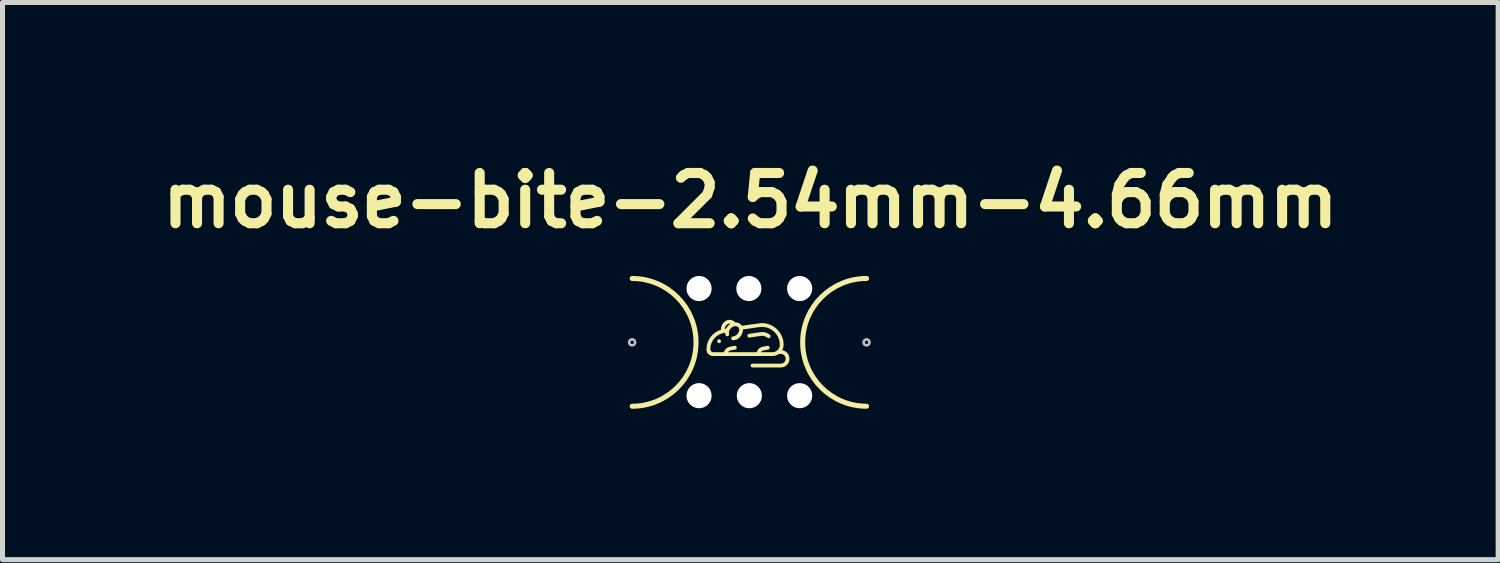
<source format=kicad_pcb>
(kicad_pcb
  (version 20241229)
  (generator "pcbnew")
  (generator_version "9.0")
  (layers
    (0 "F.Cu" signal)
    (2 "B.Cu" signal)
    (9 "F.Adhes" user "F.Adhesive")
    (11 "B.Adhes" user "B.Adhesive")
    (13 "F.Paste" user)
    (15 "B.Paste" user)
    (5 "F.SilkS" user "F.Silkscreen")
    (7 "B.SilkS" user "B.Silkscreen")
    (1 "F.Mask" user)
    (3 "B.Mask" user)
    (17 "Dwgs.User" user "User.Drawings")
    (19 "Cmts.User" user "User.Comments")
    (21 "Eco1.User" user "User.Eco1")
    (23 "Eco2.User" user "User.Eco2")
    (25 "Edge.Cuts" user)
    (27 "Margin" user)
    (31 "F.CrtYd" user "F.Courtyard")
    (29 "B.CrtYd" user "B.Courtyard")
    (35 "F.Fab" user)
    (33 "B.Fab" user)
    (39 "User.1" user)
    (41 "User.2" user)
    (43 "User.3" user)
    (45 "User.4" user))
  (footprint "mouse-bite-2.54mm-4.66mm"
    (layer "F.Cu")
    (at 11.847 3.756)
    (property "Reference" "mouse-bite-2.54mm-4.66mm" (at 0.02 -2.82 0) (layer "F.SilkS") (effects (font (size 1 1) (thickness 0.2))))
    (attr through_hole)
    (fp_arc (start -2.33 -1.27) (mid -1.06 0) (end -2.33 1.27) (stroke (width 0.1) (type solid)) (layer "F.SilkS"))
    (fp_arc (start 2.33 1.27) (mid 1.06 0) (end 2.33 -1.27) (stroke (width 0.1) (type solid)) (layer "F.SilkS"))
    (fp_poly (pts (xy -0.6 -0.06) (xy -0.598 -0.06) (xy -0.596 -0.06) (xy -0.594 -0.059) (xy -0.593 -0.059) (xy -0.591 -0.058) (xy -0.589 -0.058) (xy -0.587 -0.057) (xy -0.586 -0.056) (xy -0.584 -0.056) (xy -0.582 -0.055) (xy -0.581 -0.054) (xy -0.579 -0.053) (xy -0.578 -0.051) (xy -0.577 -0.05) (xy -0.575 -0.049) (xy -0.574 -0.048) (xy -0.573 -0.046) (xy -0.572 -0.045) (xy -0.571 -0.043) (xy -0.57 -0.042) (xy -0.569 -0.04) (xy -0.568 -0.039) (xy -0.567 -0.037) (xy -0.567 -0.035) (xy -0.566 -0.034) (xy -0.566 -0.032) (xy -0.565 -0.03) (xy -0.565 -0.028) (xy -0.565 -0.026) (xy -0.564 -0.024) (xy -0.564 -0.022) (xy -0.564 -0.021) (xy -0.565 -0.019) (xy -0.565 -0.017) (xy -0.565 -0.015) (xy -0.566 -0.013) (xy -0.566 -0.011) (xy -0.567 -0.01) (xy -0.567 -0.008) (xy -0.568 -0.006) (xy -0.569 -0.005) (xy -0.57 -0.003) (xy -0.571 -0.001) (xy -0.572 0.000034) (xy -0.573 0.001) (xy -0.574 0.003) (xy -0.575 0.004) (xy -0.577 0.005) (xy -0.578 0.007) (xy -0.579 0.008) (xy -0.581 0.009) (xy -0.582 0.01) (xy -0.584 0.011) (xy -0.586 0.011) (xy -0.587 0.012) (xy -0.589 0.013) (xy -0.591 0.013) (xy -0.593 0.014) (xy -0.594 0.014) (xy -0.596 0.015) (xy -0.598 0.015) (xy -0.6 0.015) (xy -0.602 0.015) (xy -0.604 0.015) (xy -0.606 0.015) (xy -0.608 0.015) (xy -0.61 0.014) (xy -0.611 0.014) (xy -0.613 0.013) (xy -0.615 0.013) (xy -0.617 0.012) (xy -0.618 0.011) (xy -0.62 0.011) (xy -0.621 0.01) (xy -0.623 0.009) (xy -0.624 0.008) (xy -0.626 0.007) (xy -0.627 0.005) (xy -0.629 0.004) (xy -0.63 0.003) (xy -0.631 0.001) (xy -0.632 0.000034) (xy -0.633 -0.001) (xy -0.634 -0.003) (xy -0.635 -0.005) (xy -0.636 -0.006) (xy -0.637 -0.008) (xy -0.637 -0.01) (xy -0.638 -0.011) (xy -0.638 -0.013) (xy -0.639 -0.015) (xy -0.639 -0.017) (xy -0.639 -0.019) (xy -0.639 -0.021) (xy -0.64 -0.022) (xy -0.639 -0.024) (xy -0.639 -0.026) (xy -0.639 -0.028) (xy -0.639 -0.03) (xy -0.638 -0.032) (xy -0.638 -0.034) (xy -0.637 -0.035) (xy -0.637 -0.037) (xy -0.636 -0.039) (xy -0.635 -0.04) (xy -0.634 -0.042) (xy -0.633 -0.043) (xy -0.632 -0.045) (xy -0.631 -0.046) (xy -0.63 -0.048) (xy -0.629 -0.049) (xy -0.627 -0.05) (xy -0.626 -0.051) (xy -0.624 -0.053) (xy -0.623 -0.054) (xy -0.621 -0.055) (xy -0.62 -0.056) (xy -0.618 -0.056) (xy -0.617 -0.057) (xy -0.615 -0.058) (xy -0.613 -0.058) (xy -0.611 -0.059) (xy -0.61 -0.059) (xy -0.608 -0.06) (xy -0.606 -0.06) (xy -0.604 -0.06) (xy -0.602 -0.06)) (stroke (width -0.000001) (type solid)) (fill yes) (layer "F.SilkS"))
    (fp_poly (pts (xy 0.258 -0.205) (xy 0.266 -0.205) (xy 0.273 -0.204) (xy 0.28 -0.204) (xy 0.286 -0.203) (xy 0.293 -0.202) (xy 0.3 -0.201) (xy 0.307 -0.199) (xy 0.313 -0.198) (xy 0.32 -0.196) (xy 0.326 -0.194) (xy 0.332 -0.192) (xy 0.337 -0.19) (xy 0.343 -0.188) (xy 0.348 -0.186) (xy 0.353 -0.184) (xy 0.358 -0.181) (xy 0.364 -0.179) (xy 0.369 -0.176) (xy 0.374 -0.173) (xy 0.379 -0.17) (xy 0.384 -0.167) (xy 0.388 -0.164) (xy 0.393 -0.161) (xy 0.398 -0.158) (xy 0.403 -0.154) (xy 0.407 -0.151) (xy 0.409 -0.15) (xy 0.41 -0.148) (xy 0.411 -0.147) (xy 0.413 -0.146) (xy 0.414 -0.144) (xy 0.415 -0.143) (xy 0.416 -0.141) (xy 0.417 -0.139) (xy 0.418 -0.138) (xy 0.418 -0.136) (xy 0.419 -0.134) (xy 0.42 -0.133) (xy 0.42 -0.131) (xy 0.421 -0.129) (xy 0.421 -0.128) (xy 0.421 -0.126) (xy 0.421 -0.124) (xy 0.421 -0.122) (xy 0.421 -0.12) (xy 0.421 -0.119) (xy 0.421 -0.117) (xy 0.421 -0.115) (xy 0.42 -0.113) (xy 0.42 -0.111) (xy 0.419 -0.11) (xy 0.419 -0.108) (xy 0.418 -0.106) (xy 0.417 -0.104) (xy 0.416 -0.103) (xy 0.415 -0.101) (xy 0.414 -0.1) (xy 0.413 -0.098) (xy 0.412 -0.096) (xy 0.41 -0.095) (xy 0.409 -0.093) (xy 0.407 -0.092) (xy 0.405 -0.091) (xy 0.404 -0.089) (xy 0.402 -0.088) (xy 0.4 -0.087) (xy 0.398 -0.087) (xy 0.396 -0.086) (xy 0.394 -0.085) (xy 0.392 -0.085) (xy 0.39 -0.084) (xy 0.388 -0.084) (xy 0.386 -0.084) (xy 0.384 -0.084) (xy 0.382 -0.084) (xy 0.38 -0.084) (xy 0.378 -0.084) (xy 0.376 -0.084) (xy 0.375 -0.085) (xy 0.373 -0.085) (xy 0.372 -0.085) (xy 0.37 -0.086) (xy 0.369 -0.086) (xy 0.368 -0.087) (xy 0.366 -0.088) (xy 0.365 -0.088) (xy 0.364 -0.089) (xy 0.363 -0.09) (xy 0.362 -0.091) (xy 0.36 -0.092) (xy 0.357 -0.094) (xy 0.354 -0.097) (xy 0.35 -0.099) (xy 0.347 -0.101) (xy 0.344 -0.104) (xy 0.34 -0.106) (xy 0.337 -0.108) (xy 0.333 -0.11) (xy 0.33 -0.111) (xy 0.326 -0.113) (xy 0.322 -0.115) (xy 0.319 -0.117) (xy 0.315 -0.118) (xy 0.311 -0.12) (xy 0.307 -0.121) (xy 0.303 -0.122) (xy 0.3 -0.123) (xy 0.297 -0.124) (xy 0.294 -0.125) (xy 0.291 -0.126) (xy 0.285 -0.127) (xy 0.279 -0.128) (xy 0.273 -0.129) (xy 0.266 -0.129) (xy 0.259 -0.13) (xy 0.253 -0.13) (xy 0.247 -0.13) (xy 0.242 -0.13) (xy 0.239 -0.129) (xy 0.236 -0.129) (xy 0.233 -0.129) (xy 0.231 -0.129) (xy 0.225 -0.128) (xy 0.004 -0.096) (xy 0.002 -0.096) (xy 0.00042 -0.095) (xy -0.001 -0.095) (xy -0.003 -0.095) (xy -0.005 -0.096) (xy -0.007 -0.096) (xy -0.009 -0.096) (xy -0.011 -0.097) (xy -0.012 -0.097) (xy -0.014 -0.098) (xy -0.016 -0.098) (xy -0.017 -0.099) (xy -0.019 -0.1) (xy -0.021 -0.101) (xy -0.022 -0.102) (xy -0.024 -0.103) (xy -0.025 -0.104) (xy -0.026 -0.105) (xy -0.028 -0.106) (xy -0.029 -0.108) (xy -0.03 -0.109) (xy -0.031 -0.111) (xy -0.032 -0.112) (xy -0.033 -0.114) (xy -0.034 -0.115) (xy -0.035 -0.117) (xy -0.036 -0.119) (xy -0.037 -0.12) (xy -0.037 -0.122) (xy -0.038 -0.124) (xy -0.038 -0.126) (xy -0.038 -0.128) (xy -0.039 -0.13) (xy -0.039 -0.131) (xy -0.039 -0.133) (xy -0.039 -0.135) (xy -0.039 -0.137) (xy -0.038 -0.139) (xy -0.038 -0.141) (xy -0.038 -0.143) (xy -0.037 -0.144) (xy -0.036 -0.146) (xy -0.036 -0.148) (xy -0.035 -0.149) (xy -0.034 -0.151) (xy -0.033 -0.153) (xy -0.032 -0.154) (xy -0.031 -0.156) (xy -0.03 -0.157) (xy -0.029 -0.158) (xy -0.028 -0.16) (xy -0.026 -0.161) (xy -0.025 -0.162) (xy -0.024 -0.163) (xy -0.022 -0.164) (xy -0.021 -0.165) (xy -0.019 -0.166) (xy -0.017 -0.167) (xy -0.016 -0.168) (xy -0.014 -0.168) (xy -0.012 -0.169) (xy -0.01 -0.17) (xy -0.008 -0.17) (xy -0.006 -0.17) (xy 0.215 -0.202) (xy 0.222 -0.203) (xy 0.23 -0.204) (xy 0.237 -0.205) (xy 0.244 -0.205) (xy 0.251 -0.205)) (stroke (width -0.000001) (type solid)) (fill yes) (layer "F.SilkS"))
    (fp_poly (pts (xy -0.38 -0.447) (xy -0.372 -0.446) (xy -0.365 -0.445) (xy -0.359 -0.444) (xy -0.353 -0.442) (xy -0.347 -0.44) (xy -0.341 -0.438) (xy -0.335 -0.435) (xy -0.329 -0.433) (xy -0.323 -0.43) (xy -0.318 -0.426) (xy -0.312 -0.423) (xy -0.307 -0.419) (xy -0.302 -0.415) (xy -0.297 -0.411) (xy -0.292 -0.407) (xy -0.287 -0.402) (xy -0.283 -0.397) (xy -0.276 -0.397) (xy -0.27 -0.397) (xy -0.264 -0.397) (xy -0.258 -0.396) (xy -0.252 -0.395) (xy -0.246 -0.394) (xy -0.24 -0.393) (xy -0.234 -0.392) (xy -0.228 -0.39) (xy -0.222 -0.388) (xy -0.217 -0.386) (xy -0.211 -0.383) (xy -0.206 -0.381) (xy -0.2 -0.378) (xy -0.195 -0.375) (xy -0.19 -0.372) (xy -0.187 -0.369) (xy -0.184 -0.367) (xy -0.181 -0.365) (xy -0.179 -0.363) (xy -0.176 -0.36) (xy -0.173 -0.358) (xy -0.17 -0.355) (xy -0.168 -0.353) (xy -0.165 -0.35) (xy -0.163 -0.347) (xy -0.161 -0.344) (xy -0.158 -0.342) (xy -0.156 -0.339) (xy -0.154 -0.336) (xy -0.152 -0.333) (xy -0.15 -0.33) (xy 0.191 -0.377) (xy 0.203 -0.379) (xy 0.215 -0.38) (xy 0.227 -0.381) (xy 0.239 -0.381) (xy 0.251 -0.382) (xy 0.263 -0.382) (xy 0.275 -0.381) (xy 0.287 -0.38) (xy 0.299 -0.379) (xy 0.311 -0.378) (xy 0.323 -0.376) (xy 0.335 -0.374) (xy 0.346 -0.371) (xy 0.358 -0.369) (xy 0.369 -0.366) (xy 0.38 -0.362) (xy 0.413 -0.35) (xy 0.444 -0.336) (xy 0.474 -0.319) (xy 0.502 -0.3) (xy 0.529 -0.279) (xy 0.554 -0.257) (xy 0.576 -0.232) (xy 0.597 -0.206) (xy 0.616 -0.178) (xy 0.632 -0.149) (xy 0.647 -0.119) (xy 0.658 -0.087) (xy 0.668 -0.055) (xy 0.675 -0.021) (xy 0.679 0.013) (xy 0.68 0.048) (xy 0.68 0.056) (xy 0.68 0.063) (xy 0.679 0.07) (xy 0.679 0.077) (xy 0.678 0.084) (xy 0.676 0.091) (xy 0.675 0.098) (xy 0.673 0.105) (xy 0.671 0.112) (xy 0.669 0.119) (xy 0.667 0.125) (xy 0.664 0.132) (xy 0.661 0.138) (xy 0.659 0.145) (xy 0.655 0.151) (xy 0.652 0.157) (xy 0.667 0.16) (xy 0.682 0.164) (xy 0.696 0.169) (xy 0.709 0.176) (xy 0.716 0.179) (xy 0.722 0.183) (xy 0.728 0.187) (xy 0.734 0.191) (xy 0.739 0.196) (xy 0.745 0.201) (xy 0.75 0.206) (xy 0.755 0.211) (xy 0.76 0.217) (xy 0.764 0.223) (xy 0.768 0.229) (xy 0.772 0.235) (xy 0.776 0.241) (xy 0.78 0.248) (xy 0.783 0.255) (xy 0.786 0.262) (xy 0.788 0.269) (xy 0.79 0.277) (xy 0.792 0.285) (xy 0.794 0.293) (xy 0.795 0.301) (xy 0.796 0.309) (xy 0.796 0.318) (xy 0.797 0.327) (xy 0.796 0.336) (xy 0.796 0.344) (xy 0.795 0.353) (xy 0.793 0.361) (xy 0.791 0.37) (xy 0.789 0.378) (xy 0.786 0.386) (xy 0.783 0.394) (xy 0.78 0.401) (xy 0.776 0.409) (xy 0.772 0.416) (xy 0.767 0.423) (xy 0.762 0.429) (xy 0.757 0.436) (xy 0.752 0.442) (xy 0.746 0.448) (xy 0.74 0.454) (xy 0.734 0.459) (xy 0.727 0.464) (xy 0.721 0.469) (xy 0.714 0.474) (xy 0.707 0.478) (xy 0.699 0.482) (xy 0.692 0.485) (xy 0.684 0.488) (xy 0.676 0.491) (xy 0.668 0.493) (xy 0.659 0.495) (xy 0.651 0.497) (xy 0.642 0.498) (xy 0.634 0.498) (xy 0.625 0.499) (xy 0.063 0.499) (xy 0.061 0.498) (xy 0.059 0.498) (xy 0.057 0.498) (xy 0.055 0.498) (xy 0.053 0.497) (xy 0.052 0.497) (xy 0.05 0.496) (xy 0.048 0.496) (xy 0.046 0.495) (xy 0.045 0.494) (xy 0.043 0.493) (xy 0.042 0.492) (xy 0.04 0.491) (xy 0.039 0.49) (xy 0.038 0.489) (xy 0.036 0.488) (xy 0.035 0.486) (xy 0.034 0.485) (xy 0.033 0.483) (xy 0.032 0.482) (xy 0.031 0.48) (xy 0.03 0.479) (xy 0.029 0.477) (xy 0.028 0.476) (xy 0.027 0.474) (xy 0.027 0.472) (xy 0.026 0.47) (xy 0.026 0.469) (xy 0.026 0.467) (xy 0.025 0.465) (xy 0.025 0.463) (xy 0.025 0.461) (xy 0.025 0.459) (xy 0.025 0.457) (xy 0.026 0.455) (xy 0.026 0.453) (xy 0.026 0.452) (xy 0.027 0.45) (xy 0.027 0.448) (xy 0.028 0.446) (xy 0.029 0.445) (xy 0.03 0.443) (xy 0.031 0.441) (xy 0.032 0.44) (xy 0.033 0.438) (xy 0.034 0.437) (xy 0.035 0.436) (xy 0.036 0.434) (xy 0.038 0.433) (xy 0.039 0.432) (xy 0.04 0.431) (xy 0.042 0.43) (xy 0.043 0.429) (xy 0.045 0.428) (xy 0.046 0.427) (xy 0.048 0.426) (xy 0.05 0.426) (xy 0.052 0.425) (xy 0.053 0.425) (xy 0.055 0.424) (xy 0.057 0.424) (xy 0.059 0.424) (xy 0.061 0.423) (xy 0.063 0.423) (xy 0.625 0.423) (xy 0.63 0.423) (xy 0.635 0.423) (xy 0.64 0.422) (xy 0.644 0.421) (xy 0.649 0.42) (xy 0.654 0.419) (xy 0.658 0.417) (xy 0.662 0.416) (xy 0.667 0.414) (xy 0.671 0.412) (xy 0.675 0.409) (xy 0.679 0.407) (xy 0.683 0.404) (xy 0.686 0.401) (xy 0.69 0.398) (xy 0.693 0.395) (xy 0.696 0.392) (xy 0.699 0.388) (xy 0.702 0.384) (xy 0.705 0.381) (xy 0.708 0.377) (xy 0.71 0.373) (xy 0.712 0.369) (xy 0.714 0.364) (xy 0.716 0.36) (xy 0.717 0.355) (xy 0.719 0.351) (xy 0.72 0.346) (xy 0.72 0.341) (xy 0.721 0.337) (xy 0.721 0.332) (xy 0.722 0.327) (xy 0.721 0.322) (xy 0.721 0.317) (xy 0.72 0.312) (xy 0.72 0.307) (xy 0.719 0.303) (xy 0.717 0.298) (xy 0.716 0.293) (xy 0.714 0.289) (xy 0.712 0.285) (xy 0.71 0.281) (xy 0.708 0.277) (xy 0.705 0.273) (xy 0.702 0.269) (xy 0.699 0.265) (xy 0.696 0.262) (xy 0.693 0.258) (xy 0.69 0.255) (xy 0.686 0.252) (xy 0.683 0.249) (xy 0.679 0.247) (xy 0.675 0.244) (xy 0.671 0.242) (xy 0.667 0.24) (xy 0.662 0.238) (xy 0.658 0.236) (xy 0.654 0.234) (xy 0.649 0.233) (xy 0.644 0.232) (xy 0.64 0.231) (xy 0.635 0.23) (xy 0.63 0.23) (xy 0.625 0.23) (xy 0.587 0.23) (xy 0.58 0.235) (xy 0.573 0.239) (xy 0.565 0.243) (xy 0.558 0.247) (xy 0.55 0.251) (xy 0.543 0.254) (xy 0.535 0.257) (xy 0.527 0.26) (xy 0.518 0.263) (xy 0.51 0.265) (xy 0.502 0.267) (xy 0.493 0.268) (xy 0.484 0.27) (xy 0.476 0.27) (xy 0.467 0.271) (xy 0.458 0.271) (xy -0.715 0.271) (xy -0.729 0.271) (xy -0.736 0.27) (xy -0.743 0.269) (xy -0.749 0.268) (xy -0.756 0.266) (xy -0.762 0.265) (xy -0.768 0.263) (xy -0.774 0.26) (xy -0.78 0.258) (xy -0.786 0.255) (xy -0.791 0.252) (xy -0.797 0.248) (xy -0.802 0.245) (xy -0.807 0.241) (xy -0.811 0.237) (xy -0.816 0.232) (xy -0.82 0.228) (xy -0.824 0.223) (xy -0.828 0.218) (xy -0.832 0.212) (xy -0.835 0.207) (xy -0.838 0.201) (xy -0.841 0.194) (xy -0.843 0.188) (xy -0.845 0.181) (xy -0.847 0.174) (xy -0.849 0.167) (xy -0.85 0.159) (xy -0.851 0.151) (xy -0.851 0.143) (xy -0.851 0.135) (xy -0.776 0.135) (xy -0.776 0.138) (xy -0.776 0.141) (xy -0.776 0.144) (xy -0.775 0.147) (xy -0.774 0.15) (xy -0.773 0.153) (xy -0.773 0.156) (xy -0.771 0.159) (xy -0.77 0.162) (xy -0.769 0.164) (xy -0.767 0.167) (xy -0.766 0.169) (xy -0.764 0.172) (xy -0.762 0.174) (xy -0.76 0.176) (xy -0.758 0.178) (xy -0.756 0.18) (xy -0.754 0.182) (xy -0.752 0.184) (xy -0.749 0.186) (xy -0.747 0.187) (xy -0.744 0.189) (xy -0.742 0.19) (xy -0.739 0.191) (xy -0.736 0.192) (xy -0.733 0.193) (xy -0.73 0.194) (xy -0.728 0.195) (xy -0.725 0.195) (xy -0.721 0.196) (xy -0.718 0.196) (xy -0.715 0.196) (xy -0.505 0.196) (xy -0.502 0.186) (xy -0.499 0.177) (xy -0.495 0.167) (xy -0.49 0.158) (xy -0.484 0.15) (xy -0.478 0.142) (xy -0.471 0.134) (xy -0.464 0.126) (xy -0.457 0.12) (xy -0.448 0.113) (xy -0.44 0.108) (xy -0.431 0.103) (xy -0.422 0.098) (xy -0.412 0.094) (xy -0.402 0.091) (xy -0.391 0.088) (xy -0.296 0.069) (xy -0.294 0.069) (xy -0.292 0.069) (xy -0.29 0.069) (xy -0.288 0.069) (xy -0.287 0.069) (xy -0.285 0.069) (xy -0.283 0.069) (xy -0.281 0.069) (xy -0.279 0.07) (xy -0.277 0.07) (xy -0.276 0.071) (xy -0.274 0.072) (xy -0.272 0.072) (xy -0.271 0.073) (xy -0.269 0.074) (xy -0.268 0.075) (xy -0.266 0.076) (xy -0.265 0.077) (xy -0.263 0.078) (xy -0.262 0.08) (xy -0.261 0.081) (xy -0.26 0.082) (xy -0.259 0.084) (xy -0.257 0.085) (xy -0.256 0.087) (xy -0.256 0.088) (xy -0.255 0.09) (xy -0.254 0.092) (xy -0.253 0.093) (xy -0.253 0.095) (xy -0.252 0.097) (xy -0.252 0.099) (xy -0.251 0.101) (xy -0.251 0.103) (xy -0.251 0.105) (xy -0.251 0.106) (xy -0.251 0.108) (xy -0.251 0.11) (xy -0.251 0.112) (xy -0.252 0.114) (xy -0.252 0.116) (xy -0.253 0.117) (xy -0.253 0.119) (xy -0.254 0.121) (xy -0.255 0.122) (xy -0.255 0.124) (xy -0.256 0.126) (xy -0.257 0.127) (xy -0.258 0.129) (xy -0.259 0.13) (xy -0.261 0.131) (xy -0.262 0.133) (xy -0.263 0.134) (xy -0.264 0.135) (xy -0.266 0.136) (xy -0.267 0.137) (xy -0.269 0.138) (xy -0.271 0.139) (xy -0.272 0.14) (xy -0.274 0.141) (xy -0.276 0.142) (xy -0.277 0.142) (xy -0.279 0.143) (xy -0.281 0.143) (xy -0.377 0.162) (xy -0.38 0.163) (xy -0.384 0.164) (xy -0.388 0.165) (xy -0.391 0.167) (xy -0.395 0.168) (xy -0.398 0.17) (xy -0.401 0.172) (xy -0.404 0.174) (xy -0.407 0.177) (xy -0.41 0.179) (xy -0.413 0.182) (xy -0.416 0.184) (xy -0.418 0.187) (xy -0.42 0.19) (xy -0.423 0.193) (xy -0.425 0.196) (xy 0.148 0.196) (xy 0.151 0.186) (xy 0.155 0.177) (xy 0.159 0.167) (xy 0.164 0.158) (xy 0.17 0.15) (xy 0.176 0.142) (xy 0.182 0.134) (xy 0.19 0.126) (xy 0.197 0.12) (xy 0.205 0.113) (xy 0.214 0.108) (xy 0.223 0.103) (xy 0.232 0.098) (xy 0.242 0.094) (xy 0.252 0.091) (xy 0.262 0.088) (xy 0.358 0.069) (xy 0.36 0.069) (xy 0.362 0.069) (xy 0.364 0.069) (xy 0.365 0.069) (xy 0.367 0.069) (xy 0.369 0.069) (xy 0.371 0.069) (xy 0.373 0.069) (xy 0.375 0.07) (xy 0.376 0.07) (xy 0.378 0.071) (xy 0.38 0.072) (xy 0.381 0.072) (xy 0.383 0.073) (xy 0.385 0.074) (xy 0.386 0.075) (xy 0.388 0.076) (xy 0.389 0.077) (xy 0.39 0.078) (xy 0.392 0.08) (xy 0.393 0.081) (xy 0.394 0.082) (xy 0.395 0.084) (xy 0.396 0.085) (xy 0.397 0.087) (xy 0.398 0.088) (xy 0.399 0.09) (xy 0.4 0.092) (xy 0.401 0.093) (xy 0.401 0.095) (xy 0.402 0.097) (xy 0.402 0.099) (xy 0.402 0.101) (xy 0.403 0.103) (xy 0.403 0.105) (xy 0.403 0.106) (xy 0.403 0.108) (xy 0.403 0.11) (xy 0.402 0.112) (xy 0.402 0.114) (xy 0.402 0.116) (xy 0.401 0.117) (xy 0.401 0.119) (xy 0.4 0.121) (xy 0.399 0.122) (xy 0.398 0.124) (xy 0.397 0.126) (xy 0.397 0.127) (xy 0.395 0.129) (xy 0.394 0.13) (xy 0.393 0.131) (xy 0.392 0.133) (xy 0.391 0.134) (xy 0.389 0.135) (xy 0.388 0.136) (xy 0.386 0.137) (xy 0.385 0.138) (xy 0.383 0.139) (xy 0.382 0.14) (xy 0.38 0.141) (xy 0.378 0.142) (xy 0.376 0.142) (xy 0.375 0.143) (xy 0.373 0.143) (xy 0.277 0.162) (xy 0.273 0.163) (xy 0.27 0.164) (xy 0.266 0.165) (xy 0.263 0.167) (xy 0.259 0.168) (xy 0.256 0.17) (xy 0.252 0.172) (xy 0.249 0.174) (xy 0.246 0.177) (xy 0.243 0.179) (xy 0.241 0.182) (xy 0.238 0.184) (xy 0.236 0.187) (xy 0.233 0.19) (xy 0.231 0.193) (xy 0.229 0.196) (xy 0.458 0.196) (xy 0.465 0.196) (xy 0.473 0.195) (xy 0.48 0.194) (xy 0.488 0.193) (xy 0.495 0.191) (xy 0.502 0.189) (xy 0.508 0.187) (xy 0.515 0.184) (xy 0.522 0.182) (xy 0.528 0.178) (xy 0.534 0.175) (xy 0.54 0.171) (xy 0.546 0.167) (xy 0.552 0.162) (xy 0.557 0.158) (xy 0.562 0.153) (xy 0.567 0.148) (xy 0.572 0.142) (xy 0.576 0.137) (xy 0.58 0.131) (xy 0.584 0.125) (xy 0.588 0.119) (xy 0.591 0.112) (xy 0.594 0.106) (xy 0.596 0.099) (xy 0.599 0.092) (xy 0.601 0.085) (xy 0.602 0.078) (xy 0.604 0.071) (xy 0.605 0.064) (xy 0.605 0.056) (xy 0.605 0.048) (xy 0.605 0.034) (xy 0.604 0.02) (xy 0.603 0.005) (xy 0.601 -0.009) (xy 0.598 -0.023) (xy 0.595 -0.036) (xy 0.591 -0.05) (xy 0.587 -0.063) (xy 0.583 -0.076) (xy 0.577 -0.089) (xy 0.572 -0.102) (xy 0.566 -0.114) (xy 0.559 -0.127) (xy 0.552 -0.139) (xy 0.545 -0.15) (xy 0.537 -0.161) (xy 0.528 -0.172) (xy 0.519 -0.183) (xy 0.51 -0.193) (xy 0.501 -0.203) (xy 0.491 -0.213) (xy 0.48 -0.222) (xy 0.469 -0.231) (xy 0.458 -0.239) (xy 0.447 -0.247) (xy 0.435 -0.255) (xy 0.423 -0.262) (xy 0.41 -0.269) (xy 0.398 -0.275) (xy 0.384 -0.281) (xy 0.371 -0.286) (xy 0.357 -0.29) (xy 0.348 -0.293) (xy 0.339 -0.296) (xy 0.329 -0.298) (xy 0.32 -0.3) (xy 0.31 -0.302) (xy 0.301 -0.303) (xy 0.291 -0.304) (xy 0.281 -0.305) (xy 0.271 -0.306) (xy 0.261 -0.306) (xy 0.251 -0.306) (xy 0.241 -0.306) (xy 0.231 -0.306) (xy 0.221 -0.305) (xy 0.211 -0.304) (xy 0.201 -0.303) (xy -0.128 -0.257) (xy -0.128 -0.248) (xy -0.128 -0.24) (xy -0.129 -0.232) (xy -0.13 -0.223) (xy -0.131 -0.215) (xy -0.133 -0.207) (xy -0.136 -0.198) (xy -0.138 -0.19) (xy -0.141 -0.182) (xy -0.145 -0.174) (xy -0.148 -0.166) (xy -0.152 -0.158) (xy -0.157 -0.15) (xy -0.161 -0.142) (xy -0.166 -0.134) (xy -0.171 -0.127) (xy -0.177 -0.119) (xy -0.182 -0.112) (xy -0.188 -0.106) (xy -0.193 -0.099) (xy -0.199 -0.094) (xy -0.205 -0.088) (xy -0.211 -0.084) (xy -0.216 -0.079) (xy -0.222 -0.075) (xy -0.228 -0.071) (xy -0.234 -0.067) (xy -0.239 -0.064) (xy -0.245 -0.061) (xy -0.251 -0.059) (xy -0.256 -0.056) (xy -0.261 -0.054) (xy -0.272 -0.051) (xy -0.282 -0.048) (xy -0.291 -0.046) (xy -0.299 -0.045) (xy -0.307 -0.044) (xy -0.314 -0.043) (xy -0.323 -0.043) (xy -0.325 -0.043) (xy -0.327 -0.043) (xy -0.329 -0.043) (xy -0.331 -0.044) (xy -0.332 -0.044) (xy -0.334 -0.045) (xy -0.336 -0.045) (xy -0.337 -0.046) (xy -0.339 -0.046) (xy -0.34 -0.047) (xy -0.342 -0.048) (xy -0.343 -0.049) (xy -0.345 -0.05) (xy -0.346 -0.051) (xy -0.348 -0.052) (xy -0.349 -0.053) (xy -0.35 -0.054) (xy -0.351 -0.056) (xy -0.352 -0.057) (xy -0.353 -0.058) (xy -0.354 -0.06) (xy -0.355 -0.061) (xy -0.356 -0.063) (xy -0.357 -0.064) (xy -0.358 -0.066) (xy -0.358 -0.067) (xy -0.359 -0.069) (xy -0.36 -0.071) (xy -0.36 -0.073) (xy -0.36 -0.074) (xy -0.361 -0.076) (xy -0.361 -0.078) (xy -0.361 -0.08) (xy -0.361 -0.082) (xy -0.361 -0.084) (xy -0.361 -0.086) (xy -0.36 -0.087) (xy -0.36 -0.089) (xy -0.359 -0.091) (xy -0.359 -0.093) (xy -0.358 -0.095) (xy -0.358 -0.096) (xy -0.357 -0.098) (xy -0.356 -0.099) (xy -0.355 -0.101) (xy -0.354 -0.102) (xy -0.353 -0.104) (xy -0.352 -0.105) (xy -0.351 -0.107) (xy -0.349 -0.108) (xy -0.348 -0.109) (xy -0.346 -0.11) (xy -0.345 -0.111) (xy -0.344 -0.112) (xy -0.342 -0.113) (xy -0.34 -0.114) (xy -0.339 -0.115) (xy -0.337 -0.116) (xy -0.335 -0.116) (xy -0.333 -0.117) (xy -0.332 -0.117) (xy -0.33 -0.118) (xy -0.328 -0.118) (xy -0.326 -0.118) (xy -0.319 -0.119) (xy -0.313 -0.12) (xy -0.306 -0.121) (xy -0.3 -0.123) (xy -0.293 -0.126) (xy -0.287 -0.128) (xy -0.281 -0.131) (xy -0.275 -0.135) (xy -0.268 -0.138) (xy -0.263 -0.142) (xy -0.257 -0.147) (xy -0.251 -0.151) (xy -0.246 -0.156) (xy -0.241 -0.161) (xy -0.236 -0.167) (xy -0.231 -0.173) (xy -0.227 -0.178) (xy -0.223 -0.183) (xy -0.22 -0.189) (xy -0.217 -0.195) (xy -0.214 -0.2) (xy -0.212 -0.206) (xy -0.21 -0.212) (xy -0.208 -0.217) (xy -0.206 -0.223) (xy -0.205 -0.229) (xy -0.204 -0.235) (xy -0.203 -0.24) (xy -0.203 -0.246) (xy -0.203 -0.252) (xy -0.203 -0.257) (xy -0.204 -0.263) (xy -0.205 -0.266) (xy -0.205 -0.268) (xy -0.206 -0.271) (xy -0.207 -0.274) (xy -0.208 -0.277) (xy -0.209 -0.28) (xy -0.21 -0.283) (xy -0.212 -0.287) (xy -0.214 -0.29) (xy -0.216 -0.293) (xy -0.218 -0.296) (xy -0.22 -0.299) (xy -0.223 -0.302) (xy -0.224 -0.303) (xy -0.226 -0.304) (xy -0.227 -0.306) (xy -0.229 -0.307) (xy -0.231 -0.308) (xy -0.232 -0.31) (xy -0.236 -0.312) (xy -0.24 -0.314) (xy -0.244 -0.316) (xy -0.249 -0.318) (xy -0.253 -0.319) (xy -0.257 -0.32) (xy -0.262 -0.321) (xy -0.267 -0.321) (xy -0.271 -0.322) (xy -0.276 -0.322) (xy -0.281 -0.322) (xy -0.286 -0.321) (xy -0.291 -0.321) (xy -0.296 -0.32) (xy -0.301 -0.319) (xy -0.306 -0.317) (xy -0.311 -0.316) (xy -0.316 -0.314) (xy -0.321 -0.312) (xy -0.325 -0.31) (xy -0.33 -0.307) (xy -0.335 -0.305) (xy -0.34 -0.302) (xy -0.344 -0.299) (xy -0.349 -0.296) (xy -0.353 -0.292) (xy -0.358 -0.288) (xy -0.362 -0.285) (xy -0.366 -0.281) (xy -0.37 -0.276) (xy -0.374 -0.272) (xy -0.378 -0.267) (xy -0.382 -0.261) (xy -0.386 -0.255) (xy -0.39 -0.249) (xy -0.393 -0.243) (xy -0.396 -0.237) (xy -0.398 -0.231) (xy -0.4 -0.224) (xy -0.402 -0.218) (xy -0.404 -0.212) (xy -0.405 -0.205) (xy -0.405 -0.199) (xy -0.406 -0.193) (xy -0.406 -0.187) (xy -0.405 -0.181) (xy -0.404 -0.175) (xy -0.403 -0.169) (xy -0.403 -0.167) (xy -0.402 -0.165) (xy -0.402 -0.163) (xy -0.402 -0.162) (xy -0.402 -0.16) (xy -0.402 -0.158) (xy -0.402 -0.156) (xy -0.402 -0.154) (xy -0.402 -0.152) (xy -0.403 -0.151) (xy -0.403 -0.149) (xy -0.404 -0.147) (xy -0.404 -0.145) (xy -0.405 -0.144) (xy -0.406 -0.142) (xy -0.407 -0.141) (xy -0.408 -0.139) (xy -0.409 -0.138) (xy -0.41 -0.136) (xy -0.411 -0.135) (xy -0.412 -0.133) (xy -0.414 -0.132) (xy -0.415 -0.131) (xy -0.416 -0.13) (xy -0.418 -0.129) (xy -0.419 -0.128) (xy -0.421 -0.127) (xy -0.423 -0.126) (xy -0.424 -0.125) (xy -0.426 -0.124) (xy -0.428 -0.124) (xy -0.43 -0.123) (xy -0.432 -0.123) (xy -0.434 -0.122) (xy -0.436 -0.122) (xy -0.437 -0.122) (xy -0.439 -0.122) (xy -0.441 -0.122) (xy -0.443 -0.122) (xy -0.445 -0.122) (xy -0.447 -0.123) (xy -0.448 -0.123) (xy -0.45 -0.124) (xy -0.452 -0.124) (xy -0.454 -0.125) (xy -0.455 -0.126) (xy -0.457 -0.126) (xy -0.458 -0.127) (xy -0.46 -0.128) (xy -0.461 -0.129) (xy -0.463 -0.13) (xy -0.464 -0.131) (xy -0.466 -0.133) (xy -0.467 -0.134) (xy -0.468 -0.135) (xy -0.469 -0.137) (xy -0.47 -0.138) (xy -0.471 -0.14) (xy -0.472 -0.141) (xy -0.473 -0.143) (xy -0.474 -0.145) (xy -0.475 -0.146) (xy -0.475 -0.148) (xy -0.476 -0.15) (xy -0.477 -0.155) (xy -0.478 -0.16) (xy -0.479 -0.166) (xy -0.48 -0.171) (xy -0.48 -0.176) (xy -0.481 -0.182) (xy -0.481 -0.187) (xy -0.481 -0.192) (xy -0.524 -0.182) (xy -0.538 -0.179) (xy -0.551 -0.175) (xy -0.564 -0.17) (xy -0.576 -0.165) (xy -0.589 -0.16) (xy -0.601 -0.154) (xy -0.613 -0.147) (xy -0.625 -0.14) (xy -0.636 -0.133) (xy -0.647 -0.125) (xy -0.658 -0.116) (xy -0.668 -0.107) (xy -0.678 -0.098) (xy -0.688 -0.088) (xy -0.697 -0.078) (xy -0.706 -0.067) (xy -0.714 -0.057) (xy -0.722 -0.045) (xy -0.729 -0.034) (xy -0.736 -0.022) (xy -0.742 -0.01) (xy -0.748 0.003) (xy -0.753 0.015) (xy -0.758 0.028) (xy -0.762 0.041) (xy -0.766 0.054) (xy -0.769 0.067) (xy -0.772 0.081) (xy -0.774 0.094) (xy -0.775 0.108) (xy -0.776 0.121) (xy -0.776 0.135) (xy -0.851 0.135) (xy -0.851 0.135) (xy -0.851 0.118) (xy -0.85 0.101) (xy -0.848 0.085) (xy -0.846 0.068) (xy -0.843 0.051) (xy -0.839 0.035) (xy -0.834 0.019) (xy -0.829 0.003) (xy -0.823 -0.013) (xy -0.817 -0.028) (xy -0.809 -0.043) (xy -0.802 -0.058) (xy -0.793 -0.073) (xy -0.784 -0.087) (xy -0.775 -0.101) (xy -0.765 -0.114) (xy -0.755 -0.126) (xy -0.745 -0.137) (xy -0.734 -0.148) (xy -0.723 -0.159) (xy -0.712 -0.169) (xy -0.7 -0.179) (xy -0.688 -0.188) (xy -0.676 -0.197) (xy -0.663 -0.205) (xy -0.65 -0.213) (xy -0.637 -0.22) (xy -0.623 -0.227) (xy -0.609 -0.233) (xy -0.595 -0.239) (xy -0.581 -0.244) (xy -0.566 -0.249) (xy -0.566 -0.253) (xy -0.566 -0.258) (xy -0.566 -0.262) (xy -0.566 -0.267) (xy -0.566 -0.267) (xy -0.49 -0.267) (xy -0.461 -0.274) (xy -0.459 -0.279) (xy -0.456 -0.284) (xy -0.453 -0.289) (xy -0.45 -0.294) (xy -0.447 -0.299) (xy -0.444 -0.304) (xy -0.441 -0.308) (xy -0.437 -0.313) (xy -0.434 -0.317) (xy -0.43 -0.321) (xy -0.427 -0.325) (xy -0.423 -0.329) (xy -0.419 -0.333) (xy -0.416 -0.337) (xy -0.412 -0.341) (xy -0.408 -0.344) (xy -0.404 -0.348) (xy -0.399 -0.351) (xy -0.395 -0.355) (xy -0.391 -0.358) (xy -0.387 -0.361) (xy -0.382 -0.364) (xy -0.378 -0.367) (xy -0.373 -0.369) (xy -0.374 -0.37) (xy -0.376 -0.37) (xy -0.377 -0.37) (xy -0.378 -0.371) (xy -0.379 -0.371) (xy -0.38 -0.371) (xy -0.382 -0.371) (xy -0.383 -0.372) (xy -0.387 -0.372) (xy -0.392 -0.372) (xy -0.396 -0.372) (xy -0.401 -0.372) (xy -0.405 -0.371) (xy -0.41 -0.37) (xy -0.414 -0.369) (xy -0.418 -0.368) (xy -0.423 -0.366) (xy -0.427 -0.364) (xy -0.431 -0.362) (xy -0.435 -0.36) (xy -0.439 -0.357) (xy -0.443 -0.354) (xy -0.447 -0.351) (xy -0.45 -0.348) (xy -0.454 -0.344) (xy -0.457 -0.341) (xy -0.461 -0.337) (xy -0.464 -0.333) (xy -0.467 -0.329) (xy -0.47 -0.324) (xy -0.472 -0.32) (xy -0.475 -0.315) (xy -0.477 -0.31) (xy -0.48 -0.305) (xy -0.482 -0.3) (xy -0.484 -0.294) (xy -0.485 -0.289) (xy -0.487 -0.284) (xy -0.488 -0.278) (xy -0.489 -0.272) (xy -0.489 -0.271) (xy -0.49 -0.27) (xy -0.49 -0.27) (xy -0.49 -0.269) (xy -0.49 -0.269) (xy -0.49 -0.268) (xy -0.49 -0.268) (xy -0.49 -0.268) (xy -0.49 -0.267) (xy -0.566 -0.267) (xy -0.565 -0.271) (xy -0.565 -0.276) (xy -0.564 -0.28) (xy -0.563 -0.285) (xy -0.562 -0.294) (xy -0.559 -0.303) (xy -0.557 -0.312) (xy -0.554 -0.321) (xy -0.551 -0.33) (xy -0.547 -0.339) (xy -0.543 -0.347) (xy -0.539 -0.355) (xy -0.534 -0.362) (xy -0.53 -0.37) (xy -0.524 -0.377) (xy -0.519 -0.384) (xy -0.513 -0.391) (xy -0.507 -0.397) (xy -0.501 -0.403) (xy -0.495 -0.409) (xy -0.488 -0.414) (xy -0.481 -0.419) (xy -0.474 -0.423) (xy -0.467 -0.428) (xy -0.46 -0.432) (xy -0.452 -0.435) (xy -0.445 -0.438) (xy -0.437 -0.441) (xy -0.429 -0.443) (xy -0.421 -0.445) (xy -0.413 -0.446) (xy -0.405 -0.447) (xy -0.397 -0.448) (xy -0.389 -0.448)) (stroke (width -0.000001) (type solid)) (fill yes) (layer "F.SilkS"))
    (fp_circle (center -2.33 0) (end -2.27 0) (stroke (width 0.05) (type solid)) (fill no) (layer "Dwgs.User"))
    (fp_circle (center 2.33 0) (end 2.33 -0.06) (stroke (width 0.05) (type solid)) (fill no) (layer "Dwgs.User"))
    (pad "" np_thru_hole circle (at -1 -1.07) (size 0.5 0.5) (drill 0.5) (layers "*.Cu" "*.Mask"))
    (pad "" np_thru_hole circle (at -1 1.06) (size 0.5 0.5) (drill 0.5) (layers "*.Cu" "*.Mask"))
    (pad "" np_thru_hole circle (at -0.01 -1.07) (size 0.5 0.5) (drill 0.5) (layers "*.Cu" "*.Mask"))
    (pad "" np_thru_hole circle (at 0 1.06) (size 0.5 0.5) (drill 0.5) (layers "*.Cu" "*.Mask"))
    (pad "" np_thru_hole circle (at 1 -1.07) (size 0.5 0.5) (drill 0.5) (layers "*.Cu" "*.Mask"))
    (pad "" np_thru_hole circle (at 1 1.06) (size 0.5 0.5) (drill 0.5) (layers "*.Cu" "*.Mask")))
  (gr_rect
    (start -3 -3)
    (end 26.733 8.076)
    (stroke (width 0.1) (type default))
    (fill no)
    (layer "Edge.Cuts")))
</source>
